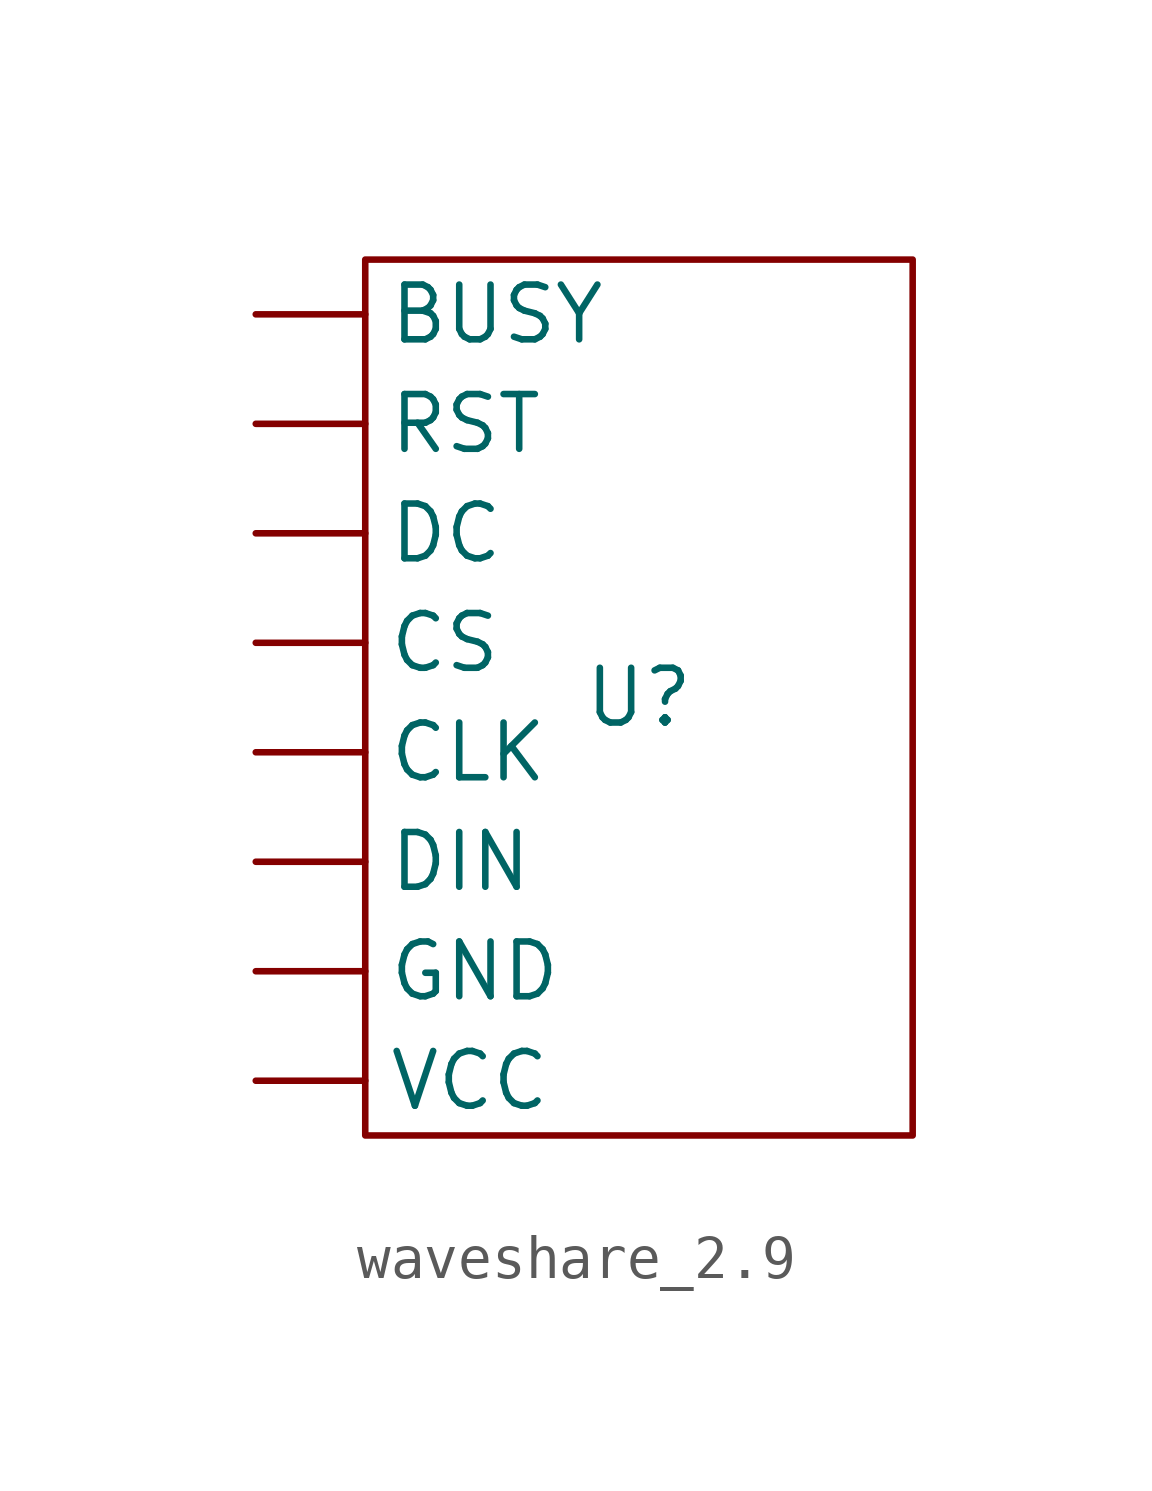
<source format=kicad_sym>
(kicad_symbol_lib
  (version 20231120)
  (generator "kicad_symbol_editor")
  (generator_version "8.0")
  (symbol "waveshare_2.9"
    (property "Reference" "U"
      (at 0 0 0)
      (effects (font (size 1.27 1.27))))
    (property "Value" ""
      (at -0.762 -4.572 0)
      (effects (font (size 1.27 1.27))))
    (symbol "waveshare_2.9_0_1"
      (rectangle (start -6.35 10.16) (end 6.35 -10.16) (stroke (width 0) (type default)) (fill (type none))))
    (symbol "waveshare_2.9_1_1"
      (pin input line (at -8.89 8.89 0) (length 2.54) (name "BUSY" (effects (font (size 1.27 1.27)))) (number "" (effects (font (size 1.27 1.27)))))
      (pin input line (at -8.89 -1.27 0) (length 2.54) (name "CLK" (effects (font (size 1.27 1.27)))) (number "" (effects (font (size 1.27 1.27)))))
      (pin input line (at -8.89 1.27 0) (length 2.54) (name "CS" (effects (font (size 1.27 1.27)))) (number "" (effects (font (size 1.27 1.27)))))
      (pin input line (at -8.89 3.81 0) (length 2.54) (name "DC" (effects (font (size 1.27 1.27)))) (number "" (effects (font (size 1.27 1.27)))))
      (pin input line (at -8.89 -3.81 0) (length 2.54) (name "DIN" (effects (font (size 1.27 1.27)))) (number "" (effects (font (size 1.27 1.27)))))
      (pin input line (at -8.89 -6.35 0) (length 2.54) (name "GND" (effects (font (size 1.27 1.27)))) (number "" (effects (font (size 1.27 1.27)))))
      (pin input line (at -8.89 6.35 0) (length 2.54) (name "RST" (effects (font (size 1.27 1.27)))) (number "" (effects (font (size 1.27 1.27)))))
      (pin input line (at -8.89 -8.89 0) (length 2.54) (name "VCC" (effects (font (size 1.27 1.27)))) (number "" (effects (font (size 1.27 1.27))))))))
</source>
